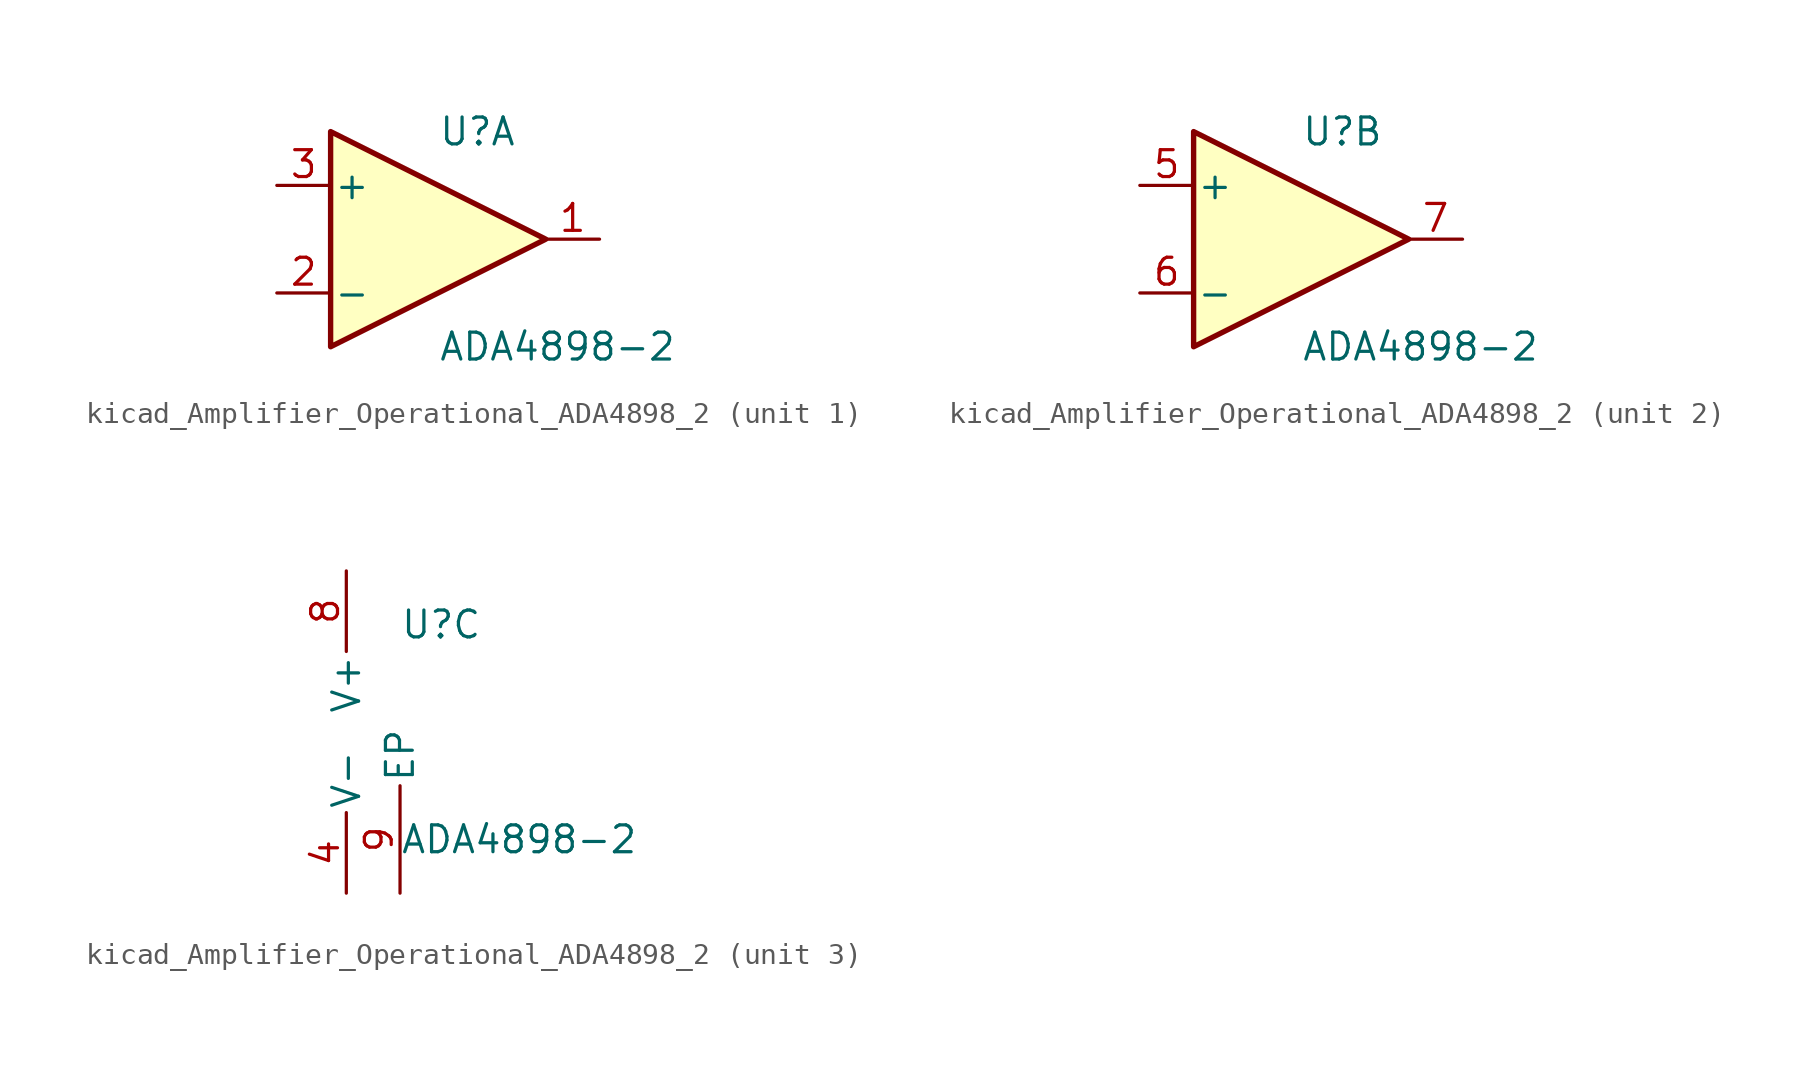
<source format=kicad_sym>
(kicad_symbol_lib
  (version 20220914)
  (generator kicad_symbol_editor)
  (symbol "kicad_Amplifier_Operational_ADA4898_2"
    (pin_names
      (offset 0.127))
    (property "Reference" "U"
      (at 0 5.08 0)
      (effects (font (size 1.27 1.27)) (justify left)))
    (property "Value" "ADA4898-2"
      (at 0 -5.08 0)
      (effects (font (size 1.27 1.27)) (justify left)))
    (property "ki_locked" ""
      (at 0 0 0)
      (effects (font (size 1.27 1.27))))
    (symbol "kicad_Amplifier_Operational_ADA4898_2_1_1"
      (polyline (pts (xy -5.08 5.08) (xy 5.08 0) (xy -5.08 -5.08) (xy -5.08 5.08)) (stroke (width 0.254) (type default)) (fill (type background)))
      (pin output line (at 7.62 0 180) (length 2.54) (name "~" (effects (font (size 1.27 1.27)))) (number "1" (effects (font (size 1.27 1.27)))))
      (pin input line (at -7.62 -2.54 0) (length 2.54) (name "-" (effects (font (size 1.27 1.27)))) (number "2" (effects (font (size 1.27 1.27)))))
      (pin input line (at -7.62 2.54 0) (length 2.54) (name "+" (effects (font (size 1.27 1.27)))) (number "3" (effects (font (size 1.27 1.27))))))
    (symbol "kicad_Amplifier_Operational_ADA4898_2_2_1"
      (polyline (pts (xy -5.08 5.08) (xy 5.08 0) (xy -5.08 -5.08) (xy -5.08 5.08)) (stroke (width 0.254) (type default)) (fill (type background)))
      (pin input line (at -7.62 2.54 0) (length 2.54) (name "+" (effects (font (size 1.27 1.27)))) (number "5" (effects (font (size 1.27 1.27)))))
      (pin input line (at -7.62 -2.54 0) (length 2.54) (name "-" (effects (font (size 1.27 1.27)))) (number "6" (effects (font (size 1.27 1.27)))))
      (pin output line (at 7.62 0 180) (length 2.54) (name "~" (effects (font (size 1.27 1.27)))) (number "7" (effects (font (size 1.27 1.27))))))
    (symbol "kicad_Amplifier_Operational_ADA4898_2_3_1"
      (pin power_in line (at -2.54 -7.62 90) (length 3.81) (name "V-" (effects (font (size 1.27 1.27)))) (number "4" (effects (font (size 1.27 1.27)))))
      (pin power_in line (at -2.54 7.62 270) (length 3.81) (name "V+" (effects (font (size 1.27 1.27)))) (number "8" (effects (font (size 1.27 1.27)))))
      (pin passive line (at 0 -7.62 90) (length 5.08) (name "EP" (effects (font (size 1.27 1.27)))) (number "9" (effects (font (size 1.27 1.27))))))))
</source>
